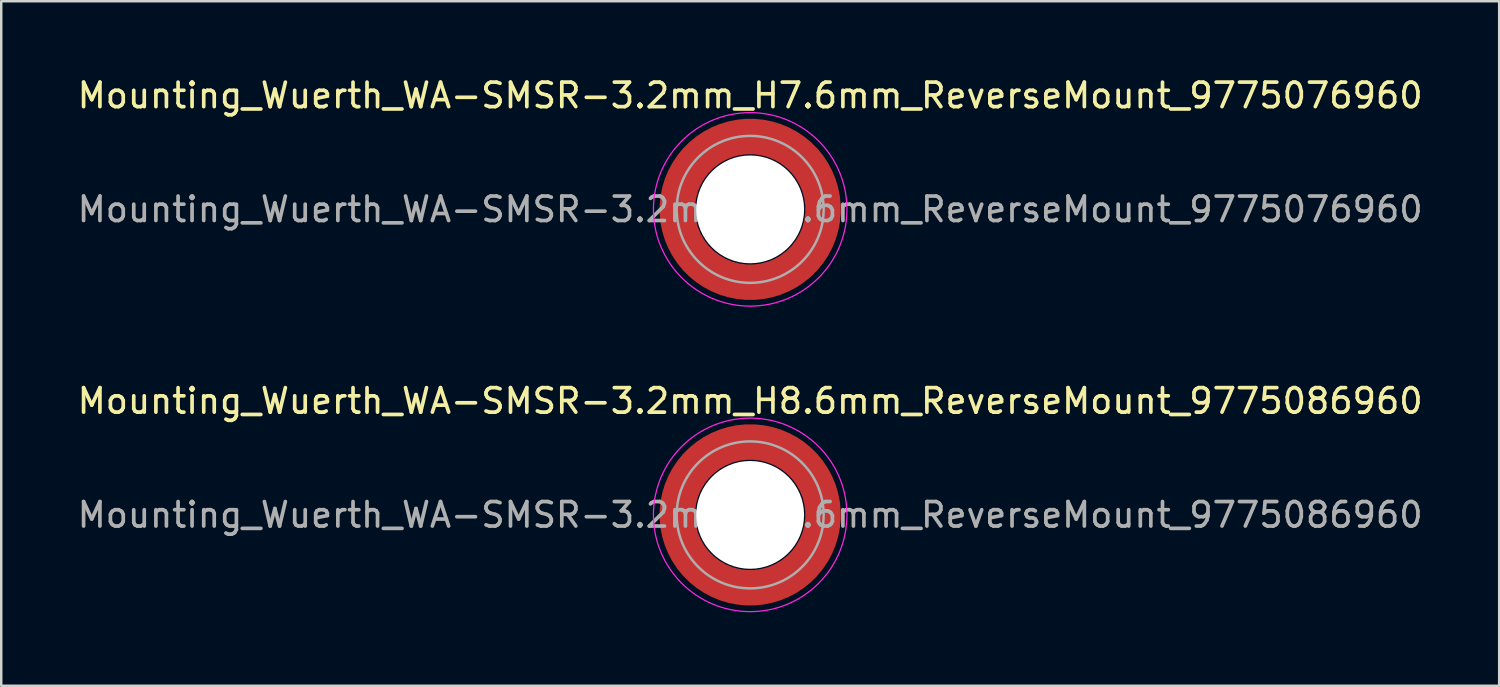
<source format=kicad_pcb>
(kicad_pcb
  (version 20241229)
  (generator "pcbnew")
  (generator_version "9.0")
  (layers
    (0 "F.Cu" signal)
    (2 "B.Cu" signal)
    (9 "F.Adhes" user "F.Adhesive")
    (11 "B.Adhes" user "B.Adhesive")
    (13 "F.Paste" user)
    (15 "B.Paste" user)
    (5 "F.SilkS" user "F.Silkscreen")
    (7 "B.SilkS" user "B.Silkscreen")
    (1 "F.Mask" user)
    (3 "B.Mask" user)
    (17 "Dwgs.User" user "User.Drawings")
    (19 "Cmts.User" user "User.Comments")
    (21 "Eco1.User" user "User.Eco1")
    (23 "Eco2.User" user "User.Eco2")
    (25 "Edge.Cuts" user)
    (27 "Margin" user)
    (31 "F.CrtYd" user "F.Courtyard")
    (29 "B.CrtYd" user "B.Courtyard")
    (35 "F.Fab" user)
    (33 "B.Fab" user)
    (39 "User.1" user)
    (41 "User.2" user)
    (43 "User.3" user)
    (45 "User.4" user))
  (footprint "Mounting_Wuerth_WA-SMSR-3.2mm_H7.6mm_ReverseMount_9775076960"
    (layer "F.Cu")
    (at 27.577 5.498)
    (property "Reference" "Mounting_Wuerth_WA-SMSR-3.2mm_H7.6mm_ReverseMount_9775076960" (at 0 -4.65 0) (layer "F.SilkS") (effects (font (size 1 1) (thickness 0.15))))
    (attr smd)
    (fp_circle (center 0 0) (end 3.95 0) (stroke (width 0.05) (type solid)) (fill no) (layer "F.CrtYd"))
    (fp_circle (center 0 0) (end 3 0) (stroke (width 0.1) (type solid)) (fill no) (layer "F.Fab"))
    (fp_text user "${REFERENCE}" (at 0 0 0) (layer "F.Fab") (effects (font (size 1 1) (thickness 0.15))))
    (pad "" smd custom (at -2.095 -2.095) (size 0.945 0.945) (layers "F.Paste") (options (anchor circle)) (primitives (gr_arc (start -0.24231 1.594804) (mid 0.404104 0.405534) (end 1.592827 -0.241886) (width 0.2)) (gr_arc (start -0.3398 1.594804) (mid 0.335987 0.338711) (end 1.591031 -0.339022) (width 0.2)) (gr_arc (start -0.437132 1.594804) (mid 0.268952 0.270807) (end 1.592231 -0.436623) (width 0.2)) (gr_arc (start -0.534324 1.594804) (mid 0.201345 0.203474) (end 1.591846 -0.53376) (width 0.2)) (gr_arc (start -0.631391 1.594804) (mid 0.134696 0.135183) (end 1.594126 -0.631267) (width 0.2)) (gr_arc (start -0.728345 1.594804) (mid 0.067234 0.067705) (end 1.594149 -0.728229) (width 0.2)) (gr_arc (start -0.825197 1.594804) (mid -0.001218 0.001219) (end 1.591408 -0.824614) (width 0.2)) (gr_arc (start -0.921958 1.594804) (mid -0.068952 -0.065985) (end 1.590665 -0.921269) (width 0.2)) (gr_arc (start -1.018637 1.594804) (mid -0.135972 -0.133907) (end 1.59192 -1.018172) (width 0.2)) (gr_arc (start -1.115239 1.594804) (mid -0.20428 -0.200537) (end 1.589574 -1.11442) (width 0.2)) (gr_arc (start -1.211773 1.594804) (mid -0.26993 -0.269828) (end 1.594662 -1.211751) (width 0.2)) (gr_arc (start -1.308244 1.594804) (mid -0.33911 -0.335587) (end 1.589875 -1.307516) (width 0.2)) (gr_arc (start -1.404657 1.594804) (mid -0.405633 -0.404004) (end 1.592524 -1.404331) (width 0.2)) (gr_arc (start -1.404657 1.594804) (mid -0.405633 -0.404004) (end 1.592524 -1.404331) (width 0.2)) (gr_line (start 1.595 -0.242) (end 1.595 -1.405) (width 0.2)) (gr_line (start -0.242 1.595) (end -1.405 1.595) (width 0.2))))
    (pad "" smd custom (at -2.095 2.095) (size 0.945 0.945) (layers "F.Paste") (options (anchor circle)) (primitives (gr_arc (start 1.594804 0.24231) (mid 0.405534 -0.404104) (end -0.241886 -1.592827) (width 0.2)) (gr_arc (start 1.594804 0.3398) (mid 0.338711 -0.335987) (end -0.339022 -1.591031) (width 0.2)) (gr_arc (start 1.594804 0.437132) (mid 0.270807 -0.268952) (end -0.436623 -1.592231) (width 0.2)) (gr_arc (start 1.594804 0.534324) (mid 0.203474 -0.201345) (end -0.53376 -1.591846) (width 0.2)) (gr_arc (start 1.594804 0.631391) (mid 0.135183 -0.134696) (end -0.631267 -1.594126) (width 0.2)) (gr_arc (start 1.594804 0.728345) (mid 0.067705 -0.067234) (end -0.728229 -1.594149) (width 0.2)) (gr_arc (start 1.594804 0.825197) (mid 0.001219 0.001218) (end -0.824614 -1.591408) (width 0.2)) (gr_arc (start 1.594804 0.921958) (mid -0.065985 0.068952) (end -0.921269 -1.590665) (width 0.2)) (gr_arc (start 1.594804 1.018637) (mid -0.133907 0.135972) (end -1.018172 -1.59192) (width 0.2)) (gr_arc (start 1.594804 1.115239) (mid -0.200537 0.20428) (end -1.11442 -1.589574) (width 0.2)) (gr_arc (start 1.594804 1.211773) (mid -0.269828 0.26993) (end -1.211751 -1.594662) (width 0.2)) (gr_arc (start 1.594804 1.308244) (mid -0.335587 0.33911) (end -1.307516 -1.589875) (width 0.2)) (gr_arc (start 1.594804 1.404657) (mid -0.404004 0.405633) (end -1.404331 -1.592524) (width 0.2)) (gr_arc (start 1.594804 1.404657) (mid -0.404004 0.405633) (end -1.404331 -1.592524) (width 0.2)) (gr_line (start -0.242 -1.595) (end -1.405 -1.595) (width 0.2)) (gr_line (start 1.595 0.242) (end 1.595 1.405) (width 0.2))))
    (pad "" np_thru_hole circle (at 0 0) (size 4.4 4.4) (drill 4.4) (layers "*.Cu" "*.Mask"))
    (pad "" smd custom (at 2.095 -2.095) (size 0.945 0.945) (layers "F.Paste") (options (anchor circle)) (primitives (gr_arc (start -1.594804 -0.24231) (mid -0.405534 0.404104) (end 0.241886 1.592827) (width 0.2)) (gr_arc (start -1.594804 -0.3398) (mid -0.338711 0.335987) (end 0.339022 1.591031) (width 0.2)) (gr_arc (start -1.594804 -0.437132) (mid -0.270807 0.268952) (end 0.436623 1.592231) (width 0.2)) (gr_arc (start -1.594804 -0.534324) (mid -0.203474 0.201345) (end 0.53376 1.591846) (width 0.2)) (gr_arc (start -1.594804 -0.631391) (mid -0.135183 0.134696) (end 0.631267 1.594126) (width 0.2)) (gr_arc (start -1.594804 -0.728345) (mid -0.067705 0.067234) (end 0.728229 1.594149) (width 0.2)) (gr_arc (start -1.594804 -0.825197) (mid -0.001219 -0.001218) (end 0.824614 1.591408) (width 0.2)) (gr_arc (start -1.594804 -0.921958) (mid 0.065985 -0.068952) (end 0.921269 1.590665) (width 0.2)) (gr_arc (start -1.594804 -1.018637) (mid 0.133907 -0.135972) (end 1.018172 1.59192) (width 0.2)) (gr_arc (start -1.594804 -1.115239) (mid 0.200537 -0.20428) (end 1.11442 1.589574) (width 0.2)) (gr_arc (start -1.594804 -1.211773) (mid 0.269828 -0.26993) (end 1.211751 1.594662) (width 0.2)) (gr_arc (start -1.594804 -1.308244) (mid 0.335587 -0.33911) (end 1.307516 1.589875) (width 0.2)) (gr_arc (start -1.594804 -1.404657) (mid 0.404004 -0.405633) (end 1.404331 1.592524) (width 0.2)) (gr_arc (start -1.594804 -1.404657) (mid 0.404004 -0.405633) (end 1.404331 1.592524) (width 0.2)) (gr_line (start 0.242 1.595) (end 1.405 1.595) (width 0.2)) (gr_line (start -1.595 -0.242) (end -1.595 -1.405) (width 0.2))))
    (pad "" smd custom (at 2.095 2.095) (size 0.945 0.945) (layers "F.Paste") (options (anchor circle)) (primitives (gr_arc (start 0.24231 -1.594804) (mid -0.404104 -0.405534) (end -1.592827 0.241886) (width 0.2)) (gr_arc (start 0.3398 -1.594804) (mid -0.335987 -0.338711) (end -1.591031 0.339022) (width 0.2)) (gr_arc (start 0.437132 -1.594804) (mid -0.268952 -0.270807) (end -1.592231 0.436623) (width 0.2)) (gr_arc (start 0.534324 -1.594804) (mid -0.201345 -0.203474) (end -1.591846 0.53376) (width 0.2)) (gr_arc (start 0.631391 -1.594804) (mid -0.134696 -0.135183) (end -1.594126 0.631267) (width 0.2)) (gr_arc (start 0.728345 -1.594804) (mid -0.067234 -0.067705) (end -1.594149 0.728229) (width 0.2)) (gr_arc (start 0.825197 -1.594804) (mid 0.001218 -0.001219) (end -1.591408 0.824614) (width 0.2)) (gr_arc (start 0.921958 -1.594804) (mid 0.068952 0.065985) (end -1.590665 0.921269) (width 0.2)) (gr_arc (start 1.018637 -1.594804) (mid 0.135972 0.133907) (end -1.59192 1.018172) (width 0.2)) (gr_arc (start 1.115239 -1.594804) (mid 0.20428 0.200537) (end -1.589574 1.11442) (width 0.2)) (gr_arc (start 1.211773 -1.594804) (mid 0.26993 0.269828) (end -1.594662 1.211751) (width 0.2)) (gr_arc (start 1.308244 -1.594804) (mid 0.33911 0.335587) (end -1.589875 1.307516) (width 0.2)) (gr_arc (start 1.404657 -1.594804) (mid 0.405633 0.404004) (end -1.592524 1.404331) (width 0.2)) (gr_arc (start 1.404657 -1.594804) (mid 0.405633 0.404004) (end -1.592524 1.404331) (width 0.2)) (gr_line (start -1.595 0.242) (end -1.595 1.405) (width 0.2)) (gr_line (start 0.242 -1.595) (end 1.405 -1.595) (width 0.2))))
    (pad "1" smd circle (at -2.975 0) (size 1.05 1.05) (layers "F.Cu"))
    (pad "1" smd circle (at 0 -2.975) (size 1.05 1.05) (layers "F.Cu"))
    (pad "1" smd circle (at 0 2.975) (size 1.05 1.05) (layers "F.Cu"))
    (pad "1" smd custom (at 2.975 0) (size 1.05 1.05) (layers "F.Cu" "F.Mask") (options (anchor circle)) (primitives (gr_circle (center -2.975 0) (end 0 0) (width 1.45) (fill no)))))
  (footprint "Mounting_Wuerth_WA-SMSR-3.2mm_H8.6mm_ReverseMount_9775086960"
    (layer "F.Cu")
    (at 27.577 17.971)
    (property "Reference" "Mounting_Wuerth_WA-SMSR-3.2mm_H8.6mm_ReverseMount_9775086960" (at 0 -4.65 0) (layer "F.SilkS") (effects (font (size 1 1) (thickness 0.15))))
    (attr smd)
    (fp_circle (center 0 0) (end 3.95 0) (stroke (width 0.05) (type solid)) (fill no) (layer "F.CrtYd"))
    (fp_circle (center 0 0) (end 3 0) (stroke (width 0.1) (type solid)) (fill no) (layer "F.Fab"))
    (fp_text user "${REFERENCE}" (at 0 0 0) (layer "F.Fab") (effects (font (size 1 1) (thickness 0.15))))
    (pad "" smd custom (at -2.095 -2.095) (size 0.945 0.945) (layers "F.Paste") (options (anchor circle)) (primitives (gr_arc (start -0.24231 1.594804) (mid 0.404104 0.405534) (end 1.592827 -0.241886) (width 0.2)) (gr_arc (start -0.3398 1.594804) (mid 0.335987 0.338711) (end 1.591031 -0.339022) (width 0.2)) (gr_arc (start -0.437132 1.594804) (mid 0.268952 0.270807) (end 1.592231 -0.436623) (width 0.2)) (gr_arc (start -0.534324 1.594804) (mid 0.201345 0.203474) (end 1.591846 -0.53376) (width 0.2)) (gr_arc (start -0.631391 1.594804) (mid 0.134696 0.135183) (end 1.594126 -0.631267) (width 0.2)) (gr_arc (start -0.728345 1.594804) (mid 0.067234 0.067705) (end 1.594149 -0.728229) (width 0.2)) (gr_arc (start -0.825197 1.594804) (mid -0.001218 0.001219) (end 1.591408 -0.824614) (width 0.2)) (gr_arc (start -0.921958 1.594804) (mid -0.068952 -0.065985) (end 1.590665 -0.921269) (width 0.2)) (gr_arc (start -1.018637 1.594804) (mid -0.135972 -0.133907) (end 1.59192 -1.018172) (width 0.2)) (gr_arc (start -1.115239 1.594804) (mid -0.20428 -0.200537) (end 1.589574 -1.11442) (width 0.2)) (gr_arc (start -1.211773 1.594804) (mid -0.26993 -0.269828) (end 1.594662 -1.211751) (width 0.2)) (gr_arc (start -1.308244 1.594804) (mid -0.33911 -0.335587) (end 1.589875 -1.307516) (width 0.2)) (gr_arc (start -1.404657 1.594804) (mid -0.405633 -0.404004) (end 1.592524 -1.404331) (width 0.2)) (gr_arc (start -1.404657 1.594804) (mid -0.405633 -0.404004) (end 1.592524 -1.404331) (width 0.2)) (gr_line (start 1.595 -0.242) (end 1.595 -1.405) (width 0.2)) (gr_line (start -0.242 1.595) (end -1.405 1.595) (width 0.2))))
    (pad "" smd custom (at -2.095 2.095) (size 0.945 0.945) (layers "F.Paste") (options (anchor circle)) (primitives (gr_arc (start 1.594804 0.24231) (mid 0.405534 -0.404104) (end -0.241886 -1.592827) (width 0.2)) (gr_arc (start 1.594804 0.3398) (mid 0.338711 -0.335987) (end -0.339022 -1.591031) (width 0.2)) (gr_arc (start 1.594804 0.437132) (mid 0.270807 -0.268952) (end -0.436623 -1.592231) (width 0.2)) (gr_arc (start 1.594804 0.534324) (mid 0.203474 -0.201345) (end -0.53376 -1.591846) (width 0.2)) (gr_arc (start 1.594804 0.631391) (mid 0.135183 -0.134696) (end -0.631267 -1.594126) (width 0.2)) (gr_arc (start 1.594804 0.728345) (mid 0.067705 -0.067234) (end -0.728229 -1.594149) (width 0.2)) (gr_arc (start 1.594804 0.825197) (mid 0.001219 0.001218) (end -0.824614 -1.591408) (width 0.2)) (gr_arc (start 1.594804 0.921958) (mid -0.065985 0.068952) (end -0.921269 -1.590665) (width 0.2)) (gr_arc (start 1.594804 1.018637) (mid -0.133907 0.135972) (end -1.018172 -1.59192) (width 0.2)) (gr_arc (start 1.594804 1.115239) (mid -0.200537 0.20428) (end -1.11442 -1.589574) (width 0.2)) (gr_arc (start 1.594804 1.211773) (mid -0.269828 0.26993) (end -1.211751 -1.594662) (width 0.2)) (gr_arc (start 1.594804 1.308244) (mid -0.335587 0.33911) (end -1.307516 -1.589875) (width 0.2)) (gr_arc (start 1.594804 1.404657) (mid -0.404004 0.405633) (end -1.404331 -1.592524) (width 0.2)) (gr_arc (start 1.594804 1.404657) (mid -0.404004 0.405633) (end -1.404331 -1.592524) (width 0.2)) (gr_line (start -0.242 -1.595) (end -1.405 -1.595) (width 0.2)) (gr_line (start 1.595 0.242) (end 1.595 1.405) (width 0.2))))
    (pad "" np_thru_hole circle (at 0 0) (size 4.4 4.4) (drill 4.4) (layers "*.Cu" "*.Mask"))
    (pad "" smd custom (at 2.095 -2.095) (size 0.945 0.945) (layers "F.Paste") (options (anchor circle)) (primitives (gr_arc (start -1.594804 -0.24231) (mid -0.405534 0.404104) (end 0.241886 1.592827) (width 0.2)) (gr_arc (start -1.594804 -0.3398) (mid -0.338711 0.335987) (end 0.339022 1.591031) (width 0.2)) (gr_arc (start -1.594804 -0.437132) (mid -0.270807 0.268952) (end 0.436623 1.592231) (width 0.2)) (gr_arc (start -1.594804 -0.534324) (mid -0.203474 0.201345) (end 0.53376 1.591846) (width 0.2)) (gr_arc (start -1.594804 -0.631391) (mid -0.135183 0.134696) (end 0.631267 1.594126) (width 0.2)) (gr_arc (start -1.594804 -0.728345) (mid -0.067705 0.067234) (end 0.728229 1.594149) (width 0.2)) (gr_arc (start -1.594804 -0.825197) (mid -0.001219 -0.001218) (end 0.824614 1.591408) (width 0.2)) (gr_arc (start -1.594804 -0.921958) (mid 0.065985 -0.068952) (end 0.921269 1.590665) (width 0.2)) (gr_arc (start -1.594804 -1.018637) (mid 0.133907 -0.135972) (end 1.018172 1.59192) (width 0.2)) (gr_arc (start -1.594804 -1.115239) (mid 0.200537 -0.20428) (end 1.11442 1.589574) (width 0.2)) (gr_arc (start -1.594804 -1.211773) (mid 0.269828 -0.26993) (end 1.211751 1.594662) (width 0.2)) (gr_arc (start -1.594804 -1.308244) (mid 0.335587 -0.33911) (end 1.307516 1.589875) (width 0.2)) (gr_arc (start -1.594804 -1.404657) (mid 0.404004 -0.405633) (end 1.404331 1.592524) (width 0.2)) (gr_arc (start -1.594804 -1.404657) (mid 0.404004 -0.405633) (end 1.404331 1.592524) (width 0.2)) (gr_line (start 0.242 1.595) (end 1.405 1.595) (width 0.2)) (gr_line (start -1.595 -0.242) (end -1.595 -1.405) (width 0.2))))
    (pad "" smd custom (at 2.095 2.095) (size 0.945 0.945) (layers "F.Paste") (options (anchor circle)) (primitives (gr_arc (start 0.24231 -1.594804) (mid -0.404104 -0.405534) (end -1.592827 0.241886) (width 0.2)) (gr_arc (start 0.3398 -1.594804) (mid -0.335987 -0.338711) (end -1.591031 0.339022) (width 0.2)) (gr_arc (start 0.437132 -1.594804) (mid -0.268952 -0.270807) (end -1.592231 0.436623) (width 0.2)) (gr_arc (start 0.534324 -1.594804) (mid -0.201345 -0.203474) (end -1.591846 0.53376) (width 0.2)) (gr_arc (start 0.631391 -1.594804) (mid -0.134696 -0.135183) (end -1.594126 0.631267) (width 0.2)) (gr_arc (start 0.728345 -1.594804) (mid -0.067234 -0.067705) (end -1.594149 0.728229) (width 0.2)) (gr_arc (start 0.825197 -1.594804) (mid 0.001218 -0.001219) (end -1.591408 0.824614) (width 0.2)) (gr_arc (start 0.921958 -1.594804) (mid 0.068952 0.065985) (end -1.590665 0.921269) (width 0.2)) (gr_arc (start 1.018637 -1.594804) (mid 0.135972 0.133907) (end -1.59192 1.018172) (width 0.2)) (gr_arc (start 1.115239 -1.594804) (mid 0.20428 0.200537) (end -1.589574 1.11442) (width 0.2)) (gr_arc (start 1.211773 -1.594804) (mid 0.26993 0.269828) (end -1.594662 1.211751) (width 0.2)) (gr_arc (start 1.308244 -1.594804) (mid 0.33911 0.335587) (end -1.589875 1.307516) (width 0.2)) (gr_arc (start 1.404657 -1.594804) (mid 0.405633 0.404004) (end -1.592524 1.404331) (width 0.2)) (gr_arc (start 1.404657 -1.594804) (mid 0.405633 0.404004) (end -1.592524 1.404331) (width 0.2)) (gr_line (start -1.595 0.242) (end -1.595 1.405) (width 0.2)) (gr_line (start 0.242 -1.595) (end 1.405 -1.595) (width 0.2))))
    (pad "1" smd circle (at -2.975 0) (size 1.05 1.05) (layers "F.Cu"))
    (pad "1" smd circle (at 0 -2.975) (size 1.05 1.05) (layers "F.Cu"))
    (pad "1" smd circle (at 0 2.975) (size 1.05 1.05) (layers "F.Cu"))
    (pad "1" smd custom (at 2.975 0) (size 1.05 1.05) (layers "F.Cu" "F.Mask") (options (anchor circle)) (primitives (gr_circle (center -2.975 0) (end 0 0) (width 1.45) (fill no)))))
  (gr_rect
    (start -3 -3)
    (end 58.155 24.947)
    (stroke (width 0.1) (type default))
    (fill no)
    (layer "Edge.Cuts")))
</source>
